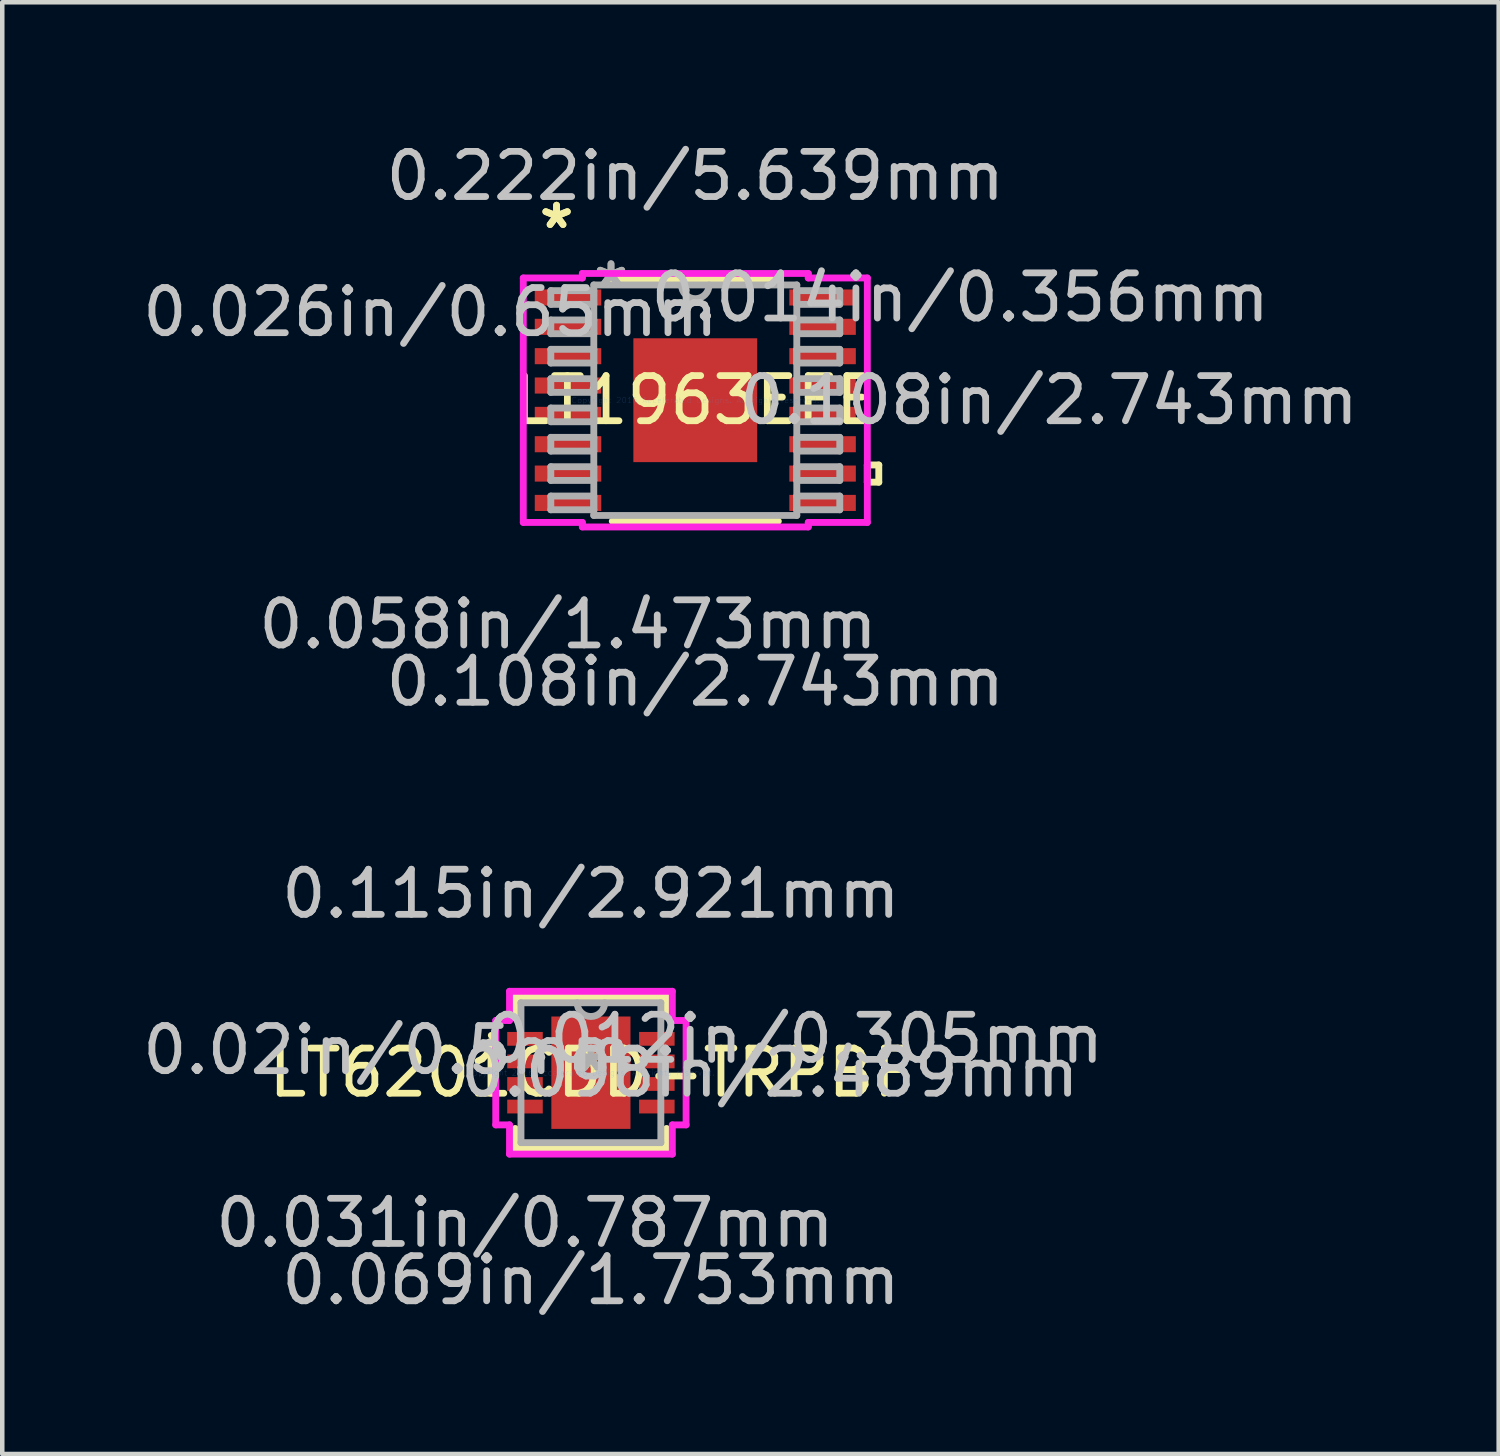
<source format=kicad_pcb>
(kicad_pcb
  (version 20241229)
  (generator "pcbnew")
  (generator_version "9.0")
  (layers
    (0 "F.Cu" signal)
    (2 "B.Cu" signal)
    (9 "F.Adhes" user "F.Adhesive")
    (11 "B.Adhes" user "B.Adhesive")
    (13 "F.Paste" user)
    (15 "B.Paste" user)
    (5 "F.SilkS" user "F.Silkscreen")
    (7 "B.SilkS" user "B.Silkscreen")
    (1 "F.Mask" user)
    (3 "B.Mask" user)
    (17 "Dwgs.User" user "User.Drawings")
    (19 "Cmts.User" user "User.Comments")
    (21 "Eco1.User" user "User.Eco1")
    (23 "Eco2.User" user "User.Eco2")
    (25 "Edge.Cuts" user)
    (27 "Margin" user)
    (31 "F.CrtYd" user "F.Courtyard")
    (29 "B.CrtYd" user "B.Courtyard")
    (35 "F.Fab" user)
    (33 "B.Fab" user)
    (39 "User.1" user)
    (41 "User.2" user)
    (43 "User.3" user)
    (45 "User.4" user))
  (footprint "LT1963EFE"
    (layer "F.Cu")
    (at 12.35 5.814)
    (property "Reference" "LT1963EFE" (at 0 0 0) (layer "F.SilkS") (effects (font (size 1 1) (thickness 0.15))))
    (attr through_hole)
    (fp_line (start -1.839 2.68) (end 1.839 2.68) (stroke (width 0.152) (type solid)) (layer "F.SilkS"))
    (fp_line (start 1.839 -2.68) (end -1.839 -2.68) (stroke (width 0.152) (type solid)) (layer "F.SilkS"))
    (fp_line (start 3.81 1.435) (end 4.064 1.435) (stroke (width 0.152) (type solid)) (layer "F.SilkS"))
    (fp_line (start 3.81 1.816) (end 3.81 1.435) (stroke (width 0.152) (type solid)) (layer "F.SilkS"))
    (fp_line (start 4.064 1.435) (end 4.064 1.816) (stroke (width 0.152) (type solid)) (layer "F.SilkS"))
    (fp_line (start 4.064 1.816) (end 3.81 1.816) (stroke (width 0.152) (type solid)) (layer "F.SilkS"))
    (fp_line (start -1.272 -1.272) (end -1.272 -0.1) (stroke (width 0.152) (type solid)) (layer "F.Paste"))
    (fp_line (start -1.272 -0.1) (end -0.1 -0.1) (stroke (width 0.152) (type solid)) (layer "F.Paste"))
    (fp_line (start -1.272 0.1) (end -1.272 1.272) (stroke (width 0.152) (type solid)) (layer "F.Paste"))
    (fp_line (start -1.272 1.272) (end -0.1 1.272) (stroke (width 0.152) (type solid)) (layer "F.Paste"))
    (fp_line (start -0.1 -1.272) (end -1.272 -1.272) (stroke (width 0.152) (type solid)) (layer "F.Paste"))
    (fp_line (start -0.1 -0.1) (end -0.1 -1.272) (stroke (width 0.152) (type solid)) (layer "F.Paste"))
    (fp_line (start -0.1 0.1) (end -1.272 0.1) (stroke (width 0.152) (type solid)) (layer "F.Paste"))
    (fp_line (start -0.1 1.272) (end -0.1 0.1) (stroke (width 0.152) (type solid)) (layer "F.Paste"))
    (fp_line (start 0.1 -1.272) (end 0.1 -0.1) (stroke (width 0.152) (type solid)) (layer "F.Paste"))
    (fp_line (start 0.1 -0.1) (end 1.272 -0.1) (stroke (width 0.152) (type solid)) (layer "F.Paste"))
    (fp_line (start 0.1 0.1) (end 0.1 1.272) (stroke (width 0.152) (type solid)) (layer "F.Paste"))
    (fp_line (start 0.1 1.272) (end 1.272 1.272) (stroke (width 0.152) (type solid)) (layer "F.Paste"))
    (fp_line (start 1.272 -1.272) (end 0.1 -1.272) (stroke (width 0.152) (type solid)) (layer "F.Paste"))
    (fp_line (start 1.272 -0.1) (end 1.272 -1.272) (stroke (width 0.152) (type solid)) (layer "F.Paste"))
    (fp_line (start 1.272 0.1) (end 0.1 0.1) (stroke (width 0.152) (type solid)) (layer "F.Paste"))
    (fp_line (start 1.272 1.272) (end 1.272 0.1) (stroke (width 0.152) (type solid)) (layer "F.Paste"))
    (fp_line (start -3.81 -2.707) (end -2.502 -2.707) (stroke (width 0.152) (type solid)) (layer "F.CrtYd"))
    (fp_line (start -3.81 2.707) (end -3.81 -2.707) (stroke (width 0.152) (type solid)) (layer "F.CrtYd"))
    (fp_line (start -2.502 -2.807) (end 2.502 -2.807) (stroke (width 0.152) (type solid)) (layer "F.CrtYd"))
    (fp_line (start -2.502 -2.707) (end -2.502 -2.807) (stroke (width 0.152) (type solid)) (layer "F.CrtYd"))
    (fp_line (start -2.502 2.707) (end -3.81 2.707) (stroke (width 0.152) (type solid)) (layer "F.CrtYd"))
    (fp_line (start -2.502 2.807) (end -2.502 2.707) (stroke (width 0.152) (type solid)) (layer "F.CrtYd"))
    (fp_line (start 2.502 -2.807) (end 2.502 -2.707) (stroke (width 0.152) (type solid)) (layer "F.CrtYd"))
    (fp_line (start 2.502 -2.707) (end 3.81 -2.707) (stroke (width 0.152) (type solid)) (layer "F.CrtYd"))
    (fp_line (start 2.502 2.707) (end 2.502 2.807) (stroke (width 0.152) (type solid)) (layer "F.CrtYd"))
    (fp_line (start 2.502 2.807) (end -2.502 2.807) (stroke (width 0.152) (type solid)) (layer "F.CrtYd"))
    (fp_line (start 3.81 -2.707) (end 3.81 2.707) (stroke (width 0.152) (type solid)) (layer "F.CrtYd"))
    (fp_line (start 3.81 2.707) (end 2.502 2.707) (stroke (width 0.152) (type solid)) (layer "F.CrtYd"))
    (fp_line (start -3.2 -2.427) (end -3.2 -2.123) (stroke (width 0.152) (type solid)) (layer "F.Fab"))
    (fp_line (start -3.2 -2.123) (end -2.248 -2.123) (stroke (width 0.152) (type solid)) (layer "F.Fab"))
    (fp_line (start -3.2 -1.777) (end -3.2 -1.473) (stroke (width 0.152) (type solid)) (layer "F.Fab"))
    (fp_line (start -3.2 -1.473) (end -2.248 -1.473) (stroke (width 0.152) (type solid)) (layer "F.Fab"))
    (fp_line (start -3.2 -1.127) (end -3.2 -0.823) (stroke (width 0.152) (type solid)) (layer "F.Fab"))
    (fp_line (start -3.2 -0.823) (end -2.248 -0.823) (stroke (width 0.152) (type solid)) (layer "F.Fab"))
    (fp_line (start -3.2 -0.477) (end -3.2 -0.173) (stroke (width 0.152) (type solid)) (layer "F.Fab"))
    (fp_line (start -3.2 -0.173) (end -2.248 -0.173) (stroke (width 0.152) (type solid)) (layer "F.Fab"))
    (fp_line (start -3.2 0.173) (end -3.2 0.477) (stroke (width 0.152) (type solid)) (layer "F.Fab"))
    (fp_line (start -3.2 0.477) (end -2.248 0.477) (stroke (width 0.152) (type solid)) (layer "F.Fab"))
    (fp_line (start -3.2 0.823) (end -3.2 1.127) (stroke (width 0.152) (type solid)) (layer "F.Fab"))
    (fp_line (start -3.2 1.127) (end -2.248 1.127) (stroke (width 0.152) (type solid)) (layer "F.Fab"))
    (fp_line (start -3.2 1.473) (end -3.2 1.777) (stroke (width 0.152) (type solid)) (layer "F.Fab"))
    (fp_line (start -3.2 1.777) (end -2.248 1.777) (stroke (width 0.152) (type solid)) (layer "F.Fab"))
    (fp_line (start -3.2 2.123) (end -3.2 2.427) (stroke (width 0.152) (type solid)) (layer "F.Fab"))
    (fp_line (start -3.2 2.427) (end -2.248 2.427) (stroke (width 0.152) (type solid)) (layer "F.Fab"))
    (fp_line (start -2.248 -2.553) (end -2.248 2.553) (stroke (width 0.152) (type solid)) (layer "F.Fab"))
    (fp_line (start -2.248 -2.427) (end -3.2 -2.427) (stroke (width 0.152) (type solid)) (layer "F.Fab"))
    (fp_line (start -2.248 -2.123) (end -2.248 -2.427) (stroke (width 0.152) (type solid)) (layer "F.Fab"))
    (fp_line (start -2.248 -1.777) (end -3.2 -1.777) (stroke (width 0.152) (type solid)) (layer "F.Fab"))
    (fp_line (start -2.248 -1.473) (end -2.248 -1.777) (stroke (width 0.152) (type solid)) (layer "F.Fab"))
    (fp_line (start -2.248 -1.127) (end -3.2 -1.127) (stroke (width 0.152) (type solid)) (layer "F.Fab"))
    (fp_line (start -2.248 -0.823) (end -2.248 -1.127) (stroke (width 0.152) (type solid)) (layer "F.Fab"))
    (fp_line (start -2.248 -0.477) (end -3.2 -0.477) (stroke (width 0.152) (type solid)) (layer "F.Fab"))
    (fp_line (start -2.248 -0.173) (end -2.248 -0.477) (stroke (width 0.152) (type solid)) (layer "F.Fab"))
    (fp_line (start -2.248 0.173) (end -3.2 0.173) (stroke (width 0.152) (type solid)) (layer "F.Fab"))
    (fp_line (start -2.248 0.477) (end -2.248 0.173) (stroke (width 0.152) (type solid)) (layer "F.Fab"))
    (fp_line (start -2.248 0.823) (end -3.2 0.823) (stroke (width 0.152) (type solid)) (layer "F.Fab"))
    (fp_line (start -2.248 1.127) (end -2.248 0.823) (stroke (width 0.152) (type solid)) (layer "F.Fab"))
    (fp_line (start -2.248 1.473) (end -3.2 1.473) (stroke (width 0.152) (type solid)) (layer "F.Fab"))
    (fp_line (start -2.248 1.777) (end -2.248 1.473) (stroke (width 0.152) (type solid)) (layer "F.Fab"))
    (fp_line (start -2.248 2.123) (end -3.2 2.123) (stroke (width 0.152) (type solid)) (layer "F.Fab"))
    (fp_line (start -2.248 2.427) (end -2.248 2.123) (stroke (width 0.152) (type solid)) (layer "F.Fab"))
    (fp_line (start -2.248 2.553) (end 2.248 2.553) (stroke (width 0.152) (type solid)) (layer "F.Fab"))
    (fp_line (start 2.248 -2.553) (end -2.248 -2.553) (stroke (width 0.152) (type solid)) (layer "F.Fab"))
    (fp_line (start 2.248 -2.427) (end 2.248 -2.123) (stroke (width 0.152) (type solid)) (layer "F.Fab"))
    (fp_line (start 2.248 -2.123) (end 3.2 -2.123) (stroke (width 0.152) (type solid)) (layer "F.Fab"))
    (fp_line (start 2.248 -1.777) (end 2.248 -1.473) (stroke (width 0.152) (type solid)) (layer "F.Fab"))
    (fp_line (start 2.248 -1.473) (end 3.2 -1.473) (stroke (width 0.152) (type solid)) (layer "F.Fab"))
    (fp_line (start 2.248 -1.127) (end 2.248 -0.823) (stroke (width 0.152) (type solid)) (layer "F.Fab"))
    (fp_line (start 2.248 -0.823) (end 3.2 -0.823) (stroke (width 0.152) (type solid)) (layer "F.Fab"))
    (fp_line (start 2.248 -0.477) (end 2.248 -0.173) (stroke (width 0.152) (type solid)) (layer "F.Fab"))
    (fp_line (start 2.248 -0.173) (end 3.2 -0.173) (stroke (width 0.152) (type solid)) (layer "F.Fab"))
    (fp_line (start 2.248 0.173) (end 2.248 0.477) (stroke (width 0.152) (type solid)) (layer "F.Fab"))
    (fp_line (start 2.248 0.477) (end 3.2 0.477) (stroke (width 0.152) (type solid)) (layer "F.Fab"))
    (fp_line (start 2.248 0.823) (end 2.248 1.127) (stroke (width 0.152) (type solid)) (layer "F.Fab"))
    (fp_line (start 2.248 1.127) (end 3.2 1.127) (stroke (width 0.152) (type solid)) (layer "F.Fab"))
    (fp_line (start 2.248 1.473) (end 2.248 1.777) (stroke (width 0.152) (type solid)) (layer "F.Fab"))
    (fp_line (start 2.248 1.777) (end 3.2 1.777) (stroke (width 0.152) (type solid)) (layer "F.Fab"))
    (fp_line (start 2.248 2.123) (end 2.248 2.427) (stroke (width 0.152) (type solid)) (layer "F.Fab"))
    (fp_line (start 2.248 2.427) (end 3.2 2.427) (stroke (width 0.152) (type solid)) (layer "F.Fab"))
    (fp_line (start 2.248 2.553) (end 2.248 -2.553) (stroke (width 0.152) (type solid)) (layer "F.Fab"))
    (fp_line (start 3.2 -2.427) (end 2.248 -2.427) (stroke (width 0.152) (type solid)) (layer "F.Fab"))
    (fp_line (start 3.2 -2.123) (end 3.2 -2.427) (stroke (width 0.152) (type solid)) (layer "F.Fab"))
    (fp_line (start 3.2 -1.777) (end 2.248 -1.777) (stroke (width 0.152) (type solid)) (layer "F.Fab"))
    (fp_line (start 3.2 -1.473) (end 3.2 -1.777) (stroke (width 0.152) (type solid)) (layer "F.Fab"))
    (fp_line (start 3.2 -1.127) (end 2.248 -1.127) (stroke (width 0.152) (type solid)) (layer "F.Fab"))
    (fp_line (start 3.2 -0.823) (end 3.2 -1.127) (stroke (width 0.152) (type solid)) (layer "F.Fab"))
    (fp_line (start 3.2 -0.477) (end 2.248 -0.477) (stroke (width 0.152) (type solid)) (layer "F.Fab"))
    (fp_line (start 3.2 -0.173) (end 3.2 -0.477) (stroke (width 0.152) (type solid)) (layer "F.Fab"))
    (fp_line (start 3.2 0.173) (end 2.248 0.173) (stroke (width 0.152) (type solid)) (layer "F.Fab"))
    (fp_line (start 3.2 0.477) (end 3.2 0.173) (stroke (width 0.152) (type solid)) (layer "F.Fab"))
    (fp_line (start 3.2 0.823) (end 2.248 0.823) (stroke (width 0.152) (type solid)) (layer "F.Fab"))
    (fp_line (start 3.2 1.127) (end 3.2 0.823) (stroke (width 0.152) (type solid)) (layer "F.Fab"))
    (fp_line (start 3.2 1.473) (end 2.248 1.473) (stroke (width 0.152) (type solid)) (layer "F.Fab"))
    (fp_line (start 3.2 1.777) (end 3.2 1.473) (stroke (width 0.152) (type solid)) (layer "F.Fab"))
    (fp_line (start 3.2 2.123) (end 2.248 2.123) (stroke (width 0.152) (type solid)) (layer "F.Fab"))
    (fp_line (start 3.2 2.427) (end 3.2 2.123) (stroke (width 0.152) (type solid)) (layer "F.Fab"))
    (fp_arc (start 0.3048 -2.5527) (mid 0 -2.2479) (end -0.3048 -2.5527) (stroke (width 0.1524) (type solid)) (layer "F.Fab"))
    (fp_text user "*" (at -3.073 -3.774 0) (layer "F.SilkS") (effects (font (size 1 1) (thickness 0.15))))
    (fp_text user "*" (at -3.073 -3.774 0) (layer "F.SilkS") (effects (font (size 1 1) (thickness 0.15))))
    (fp_text user "0.108in/2.743mm" (at 7.836 0 0) (layer "Dwgs.User") (effects (font (size 1 1) (thickness 0.15))))
    (fp_text user "0.014in/0.356mm" (at 5.867 -2.275 0) (layer "Dwgs.User") (effects (font (size 1 1) (thickness 0.15))))
    (fp_text user "0.026in/0.65mm" (at -5.867 -1.95 0) (layer "Dwgs.User") (effects (font (size 1 1) (thickness 0.15))))
    (fp_text user "0.222in/5.639mm" (at 0 -4.966 0) (layer "Dwgs.User") (effects (font (size 1 1) (thickness 0.15))))
    (fp_text user "0.108in/2.743mm" (at 0 6.236 0) (layer "Dwgs.User") (effects (font (size 1 1) (thickness 0.15))))
    (fp_text user "0.058in/1.473mm" (at -2.819 4.966 0) (layer "Dwgs.User") (effects (font (size 1 1) (thickness 0.15))))
    (fp_text user "Copyright 2016 Accelerated Designs. All rights reserved." (at 0 0 0) (layer "Cmts.User") (effects (font (size 0.127 0.127) (thickness 0.002))))
    (fp_text user "*" (at -1.867 -2.477 0) (layer "F.Fab") (effects (font (size 1 1) (thickness 0.15))))
    (fp_text user "*" (at -1.867 -2.477 0) (layer "F.Fab") (effects (font (size 1 1) (thickness 0.15))))
    (pad "1" smd rect (at -2.819 -2.275) (size 1.473 0.356) (layers "F.Cu" "F.Mask" "F.Paste"))
    (pad "2" smd rect (at -2.819 -1.625) (size 1.473 0.356) (layers "F.Cu" "F.Mask" "F.Paste"))
    (pad "3" smd rect (at -2.819 -0.975) (size 1.473 0.356) (layers "F.Cu" "F.Mask" "F.Paste"))
    (pad "4" smd rect (at -2.819 -0.325) (size 1.473 0.356) (layers "F.Cu" "F.Mask" "F.Paste"))
    (pad "5" smd rect (at -2.819 0.325) (size 1.473 0.356) (layers "F.Cu" "F.Mask" "F.Paste"))
    (pad "6" smd rect (at -2.819 0.975) (size 1.473 0.356) (layers "F.Cu" "F.Mask" "F.Paste"))
    (pad "7" smd rect (at -2.819 1.625) (size 1.473 0.356) (layers "F.Cu" "F.Mask" "F.Paste"))
    (pad "8" smd rect (at -2.819 2.275) (size 1.473 0.356) (layers "F.Cu" "F.Mask" "F.Paste"))
    (pad "9" smd rect (at 2.819 2.275) (size 1.473 0.356) (layers "F.Cu" "F.Mask" "F.Paste"))
    (pad "10" smd rect (at 2.819 1.625) (size 1.473 0.356) (layers "F.Cu" "F.Mask" "F.Paste"))
    (pad "11" smd rect (at 2.819 0.975) (size 1.473 0.356) (layers "F.Cu" "F.Mask" "F.Paste"))
    (pad "12" smd rect (at 2.819 0.325) (size 1.473 0.356) (layers "F.Cu" "F.Mask" "F.Paste"))
    (pad "13" smd rect (at 2.819 -0.325) (size 1.473 0.356) (layers "F.Cu" "F.Mask" "F.Paste"))
    (pad "14" smd rect (at 2.819 -0.975) (size 1.473 0.356) (layers "F.Cu" "F.Mask" "F.Paste"))
    (pad "15" smd rect (at 2.819 -1.625) (size 1.473 0.356) (layers "F.Cu" "F.Mask" "F.Paste"))
    (pad "16" smd rect (at 2.819 -2.275) (size 1.473 0.356) (layers "F.Cu" "F.Mask" "F.Paste"))
    (pad "EPAD" smd rect (at 0 0) (size 2.743 2.743) (layers "F.Cu" "F.Mask" "F.Paste")))
  (footprint "LT6201CDD-TRPBF"
    (layer "F.Cu")
    (at 10.038 20.709)
    (property "Reference" "LT6201CDD-TRPBF" (at 0 0 0) (layer "F.SilkS") (effects (font (size 1 1) (thickness 0.15))))
    (attr through_hole)
    (fp_line (start -1.676 -1.676) (end -1.676 -1.235) (stroke (width 0.152) (type solid)) (layer "F.SilkS"))
    (fp_line (start -1.676 1.235) (end -1.676 1.676) (stroke (width 0.152) (type solid)) (layer "F.SilkS"))
    (fp_line (start -1.676 1.676) (end 1.676 1.676) (stroke (width 0.152) (type solid)) (layer "F.SilkS"))
    (fp_line (start 1.676 -1.676) (end -1.676 -1.676) (stroke (width 0.152) (type solid)) (layer "F.SilkS"))
    (fp_line (start 1.676 -1.235) (end 1.676 -1.676) (stroke (width 0.152) (type solid)) (layer "F.SilkS"))
    (fp_line (start 1.676 1.676) (end 1.676 1.235) (stroke (width 0.152) (type solid)) (layer "F.SilkS"))
    (fp_arc (start -2.2058 -0.8262) (mid -2.131971 -0.73114) (end -2.242346 -0.683136) (stroke (width 0.1524) (type solid)) (layer "F.SilkS"))
    (fp_line (start -0.876 -1.245) (end -0.876 1.245) (stroke (width 0.152) (type solid)) (layer "F.Paste"))
    (fp_line (start -0.876 1.245) (end 0.876 1.245) (stroke (width 0.152) (type solid)) (layer "F.Paste"))
    (fp_line (start 0.876 -1.245) (end -0.876 -1.245) (stroke (width 0.152) (type solid)) (layer "F.Paste"))
    (fp_line (start 0.876 1.245) (end 0.876 -1.245) (stroke (width 0.152) (type solid)) (layer "F.Paste"))
    (fp_line (start -2.108 -1.156) (end -1.803 -1.156) (stroke (width 0.152) (type solid)) (layer "F.CrtYd"))
    (fp_line (start -2.108 1.156) (end -2.108 -1.156) (stroke (width 0.152) (type solid)) (layer "F.CrtYd"))
    (fp_line (start -1.803 -1.803) (end 1.803 -1.803) (stroke (width 0.152) (type solid)) (layer "F.CrtYd"))
    (fp_line (start -1.803 -1.156) (end -1.803 -1.803) (stroke (width 0.152) (type solid)) (layer "F.CrtYd"))
    (fp_line (start -1.803 1.156) (end -2.108 1.156) (stroke (width 0.152) (type solid)) (layer "F.CrtYd"))
    (fp_line (start -1.803 1.803) (end -1.803 1.156) (stroke (width 0.152) (type solid)) (layer "F.CrtYd"))
    (fp_line (start 1.803 -1.803) (end 1.803 -1.156) (stroke (width 0.152) (type solid)) (layer "F.CrtYd"))
    (fp_line (start 1.803 -1.156) (end 2.108 -1.156) (stroke (width 0.152) (type solid)) (layer "F.CrtYd"))
    (fp_line (start 1.803 1.156) (end 1.803 1.803) (stroke (width 0.152) (type solid)) (layer "F.CrtYd"))
    (fp_line (start 1.803 1.803) (end -1.803 1.803) (stroke (width 0.152) (type solid)) (layer "F.CrtYd"))
    (fp_line (start 2.108 -1.156) (end 2.108 1.156) (stroke (width 0.152) (type solid)) (layer "F.CrtYd"))
    (fp_line (start 2.108 1.156) (end 1.803 1.156) (stroke (width 0.152) (type solid)) (layer "F.CrtYd"))
    (fp_line (start -1.549 -1.549) (end -1.549 1.549) (stroke (width 0.152) (type solid)) (layer "F.Fab"))
    (fp_line (start -1.549 1.549) (end 1.549 1.549) (stroke (width 0.152) (type solid)) (layer "F.Fab"))
    (fp_line (start 1.549 -1.549) (end -1.549 -1.549) (stroke (width 0.152) (type solid)) (layer "F.Fab"))
    (fp_line (start 1.549 1.549) (end 1.549 -1.549) (stroke (width 0.152) (type solid)) (layer "F.Fab"))
    (fp_arc (start 0.3048 -1.5494) (mid 0 -1.2446) (end -0.3048 -1.5494) (stroke (width 0.1524) (type solid)) (layer "F.Fab"))
    (fp_text user "*" (at 0 0 0) (layer "F.SilkS") (effects (font (size 1 1) (thickness 0.15))))
    (fp_text user "0.012in/0.305mm" (at 4.508 -0.75 0) (layer "Dwgs.User") (effects (font (size 1 1) (thickness 0.15))))
    (fp_text user "0.02in/0.5mm" (at -4.508 -0.5 0) (layer "Dwgs.User") (effects (font (size 1 1) (thickness 0.15))))
    (fp_text user "0.115in/2.921mm" (at 0 -3.962 0) (layer "Dwgs.User") (effects (font (size 1 1) (thickness 0.15))))
    (fp_text user "0.069in/1.753mm" (at 0 4.597 0) (layer "Dwgs.User") (effects (font (size 1 1) (thickness 0.15))))
    (fp_text user "0.031in/0.787mm" (at -1.46 3.327 0) (layer "Dwgs.User") (effects (font (size 1 1) (thickness 0.15))))
    (fp_text user "0.098in/2.489mm" (at 3.962 0 0) (layer "Dwgs.User") (effects (font (size 1 1) (thickness 0.15))))
    (fp_text user "Copyright 2016 Accelerated Designs. All rights reserved." (at 0 0 0) (layer "Cmts.User") (effects (font (size 0.127 0.127) (thickness 0.002))))
    (fp_text user "*" (at 0 0 0) (layer "F.Fab") (effects (font (size 1 1) (thickness 0.15))))
    (pad "1" smd rect (at -1.46 -0.75) (size 0.787 0.305) (layers "F.Cu" "F.Mask" "F.Paste"))
    (pad "2" smd rect (at -1.46 -0.25) (size 0.787 0.305) (layers "F.Cu" "F.Mask" "F.Paste"))
    (pad "3" smd rect (at -1.46 0.25) (size 0.787 0.305) (layers "F.Cu" "F.Mask" "F.Paste"))
    (pad "4" smd rect (at -1.46 0.75) (size 0.787 0.305) (layers "F.Cu" "F.Mask" "F.Paste"))
    (pad "5" smd rect (at 1.46 0.75) (size 0.787 0.305) (layers "F.Cu" "F.Mask" "F.Paste"))
    (pad "6" smd rect (at 1.46 0.25) (size 0.787 0.305) (layers "F.Cu" "F.Mask" "F.Paste"))
    (pad "7" smd rect (at 1.46 -0.25) (size 0.787 0.305) (layers "F.Cu" "F.Mask" "F.Paste"))
    (pad "8" smd rect (at 1.46 -0.75) (size 0.787 0.305) (layers "F.Cu" "F.Mask" "F.Paste"))
    (pad "9" smd rect (at 0 0) (size 1.753 2.489) (layers "F.Cu" "F.Mask" "F.Paste")))
  (gr_rect
    (start -3 -3)
    (end 30.144 29.154)
    (stroke (width 0.1) (type default))
    (fill no)
    (layer "Edge.Cuts")))
</source>
